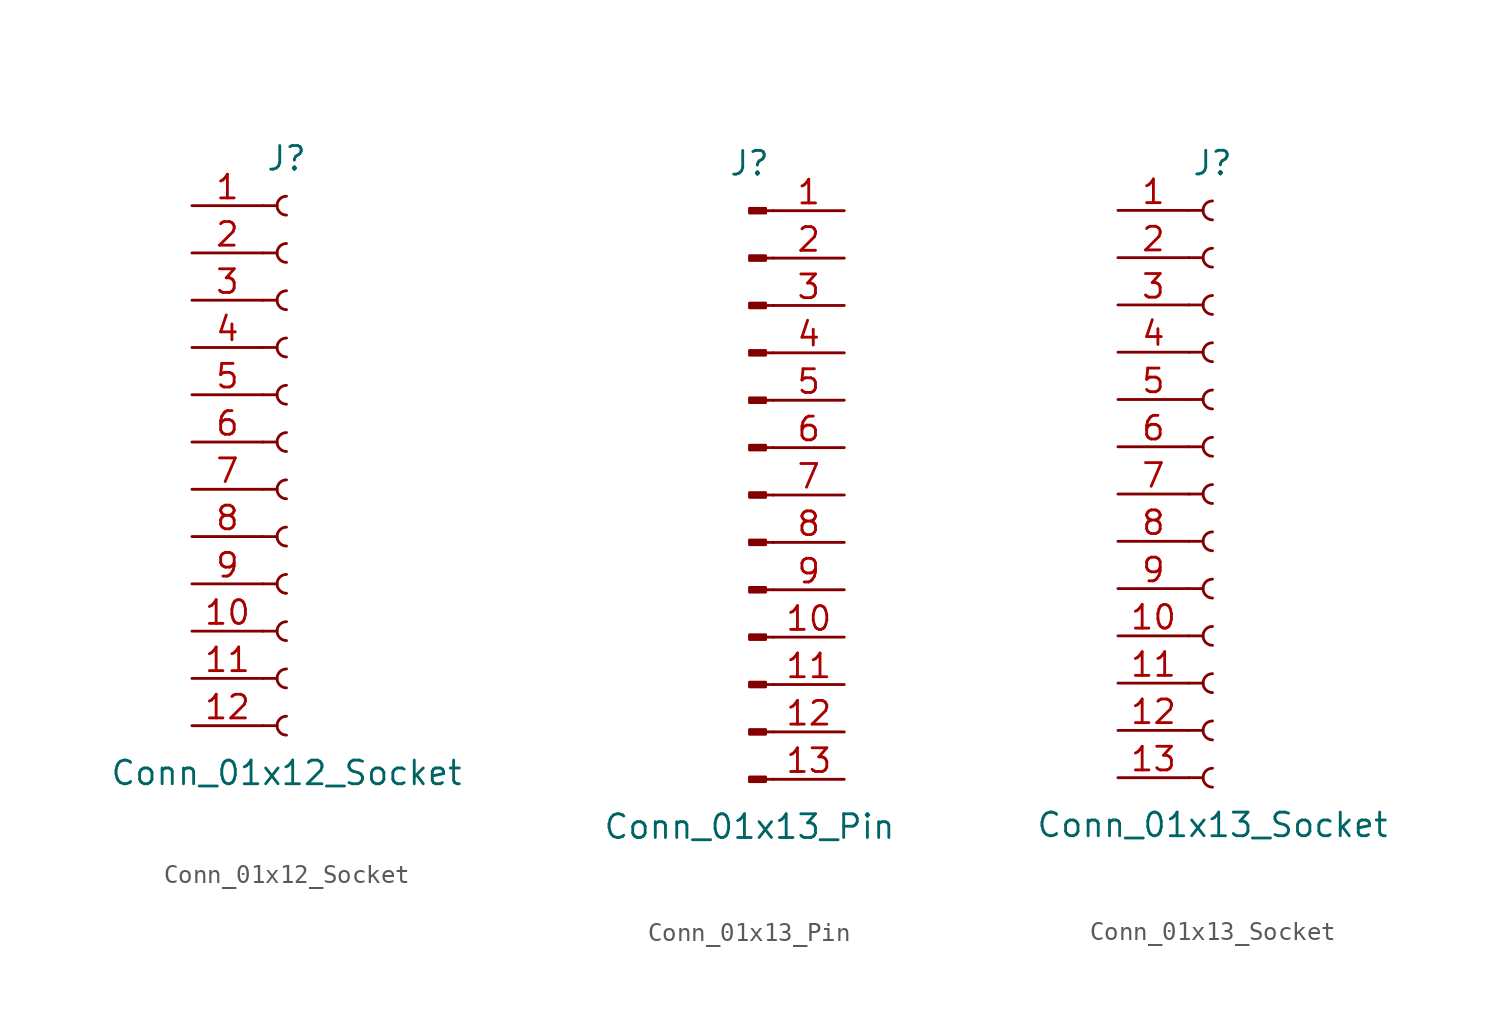
<source format=kicad_sym>
(kicad_symbol_lib
  (version 20241209)
  (generator "kicad_symbol_editor")
  (generator_version "9.0")
  (symbol "Conn_01x12_Socket"
    (pin_names
      (offset 1.016)
      (hide yes))
    (property "Reference" "J"
      (at 0 15.24 0)
      (effects (font (size 1.27 1.27))))
    (property "Value" "Conn_01x12_Socket"
      (at 0 -17.78 0)
      (effects (font (size 1.27 1.27))))
    (property "ki_locked" ""
      (at 0 0 0)
      (effects (font (size 1.27 1.27))))
    (symbol "Conn_01x12_Socket_1_1"
      (polyline (pts (xy -1.27 12.7) (xy -0.508 12.7)) (stroke (width 0.152) (type default)) (fill (type none)))
      (polyline (pts (xy -1.27 10.16) (xy -0.508 10.16)) (stroke (width 0.152) (type default)) (fill (type none)))
      (polyline (pts (xy -1.27 7.62) (xy -0.508 7.62)) (stroke (width 0.152) (type default)) (fill (type none)))
      (polyline (pts (xy -1.27 5.08) (xy -0.508 5.08)) (stroke (width 0.152) (type default)) (fill (type none)))
      (polyline (pts (xy -1.27 2.54) (xy -0.508 2.54)) (stroke (width 0.152) (type default)) (fill (type none)))
      (polyline (pts (xy -1.27 0) (xy -0.508 0)) (stroke (width 0.152) (type default)) (fill (type none)))
      (polyline (pts (xy -1.27 -2.54) (xy -0.508 -2.54)) (stroke (width 0.152) (type default)) (fill (type none)))
      (polyline (pts (xy -1.27 -5.08) (xy -0.508 -5.08)) (stroke (width 0.152) (type default)) (fill (type none)))
      (polyline (pts (xy -1.27 -7.62) (xy -0.508 -7.62)) (stroke (width 0.152) (type default)) (fill (type none)))
      (polyline (pts (xy -1.27 -10.16) (xy -0.508 -10.16)) (stroke (width 0.152) (type default)) (fill (type none)))
      (polyline (pts (xy -1.27 -12.7) (xy -0.508 -12.7)) (stroke (width 0.152) (type default)) (fill (type none)))
      (polyline (pts (xy -1.27 -15.24) (xy -0.508 -15.24)) (stroke (width 0.152) (type default)) (fill (type none)))
      (arc (start 0 12.192) (mid -0.5058 12.7) (end 0 13.208) (stroke (width 0.1524) (type default)) (fill (type none)))
      (arc (start 0 9.652) (mid -0.5058 10.16) (end 0 10.668) (stroke (width 0.1524) (type default)) (fill (type none)))
      (arc (start 0 7.112) (mid -0.5058 7.62) (end 0 8.128) (stroke (width 0.1524) (type default)) (fill (type none)))
      (arc (start 0 4.572) (mid -0.5058 5.08) (end 0 5.588) (stroke (width 0.1524) (type default)) (fill (type none)))
      (arc (start 0 2.032) (mid -0.5058 2.54) (end 0 3.048) (stroke (width 0.1524) (type default)) (fill (type none)))
      (arc (start 0 -0.508) (mid -0.5058 0) (end 0 0.508) (stroke (width 0.1524) (type default)) (fill (type none)))
      (arc (start 0 -3.048) (mid -0.5058 -2.54) (end 0 -2.032) (stroke (width 0.1524) (type default)) (fill (type none)))
      (arc (start 0 -5.588) (mid -0.5058 -5.08) (end 0 -4.572) (stroke (width 0.1524) (type default)) (fill (type none)))
      (arc (start 0 -8.128) (mid -0.5058 -7.62) (end 0 -7.112) (stroke (width 0.1524) (type default)) (fill (type none)))
      (arc (start 0 -10.668) (mid -0.5058 -10.16) (end 0 -9.652) (stroke (width 0.1524) (type default)) (fill (type none)))
      (arc (start 0 -13.208) (mid -0.5058 -12.7) (end 0 -12.192) (stroke (width 0.1524) (type default)) (fill (type none)))
      (arc (start 0 -15.748) (mid -0.5058 -15.24) (end 0 -14.732) (stroke (width 0.1524) (type default)) (fill (type none)))
      (pin passive line (at -5.08 12.7 0) (length 3.81) (name "Pin_1" (effects (font (size 1.27 1.27)))) (number "1" (effects (font (size 1.27 1.27)))))
      (pin passive line (at -5.08 10.16 0) (length 3.81) (name "Pin_2" (effects (font (size 1.27 1.27)))) (number "2" (effects (font (size 1.27 1.27)))))
      (pin passive line (at -5.08 7.62 0) (length 3.81) (name "Pin_3" (effects (font (size 1.27 1.27)))) (number "3" (effects (font (size 1.27 1.27)))))
      (pin passive line (at -5.08 5.08 0) (length 3.81) (name "Pin_4" (effects (font (size 1.27 1.27)))) (number "4" (effects (font (size 1.27 1.27)))))
      (pin passive line (at -5.08 2.54 0) (length 3.81) (name "Pin_5" (effects (font (size 1.27 1.27)))) (number "5" (effects (font (size 1.27 1.27)))))
      (pin passive line (at -5.08 0 0) (length 3.81) (name "Pin_6" (effects (font (size 1.27 1.27)))) (number "6" (effects (font (size 1.27 1.27)))))
      (pin passive line (at -5.08 -2.54 0) (length 3.81) (name "Pin_7" (effects (font (size 1.27 1.27)))) (number "7" (effects (font (size 1.27 1.27)))))
      (pin passive line (at -5.08 -5.08 0) (length 3.81) (name "Pin_8" (effects (font (size 1.27 1.27)))) (number "8" (effects (font (size 1.27 1.27)))))
      (pin passive line (at -5.08 -7.62 0) (length 3.81) (name "Pin_9" (effects (font (size 1.27 1.27)))) (number "9" (effects (font (size 1.27 1.27)))))
      (pin passive line (at -5.08 -10.16 0) (length 3.81) (name "Pin_10" (effects (font (size 1.27 1.27)))) (number "10" (effects (font (size 1.27 1.27)))))
      (pin passive line (at -5.08 -12.7 0) (length 3.81) (name "Pin_11" (effects (font (size 1.27 1.27)))) (number "11" (effects (font (size 1.27 1.27)))))
      (pin passive line (at -5.08 -15.24 0) (length 3.81) (name "Pin_12" (effects (font (size 1.27 1.27)))) (number "12" (effects (font (size 1.27 1.27)))))))
  (symbol "Conn_01x13_Pin"
    (pin_names
      (offset 1.016)
      (hide yes))
    (property "Reference" "J"
      (at 0 17.78 0)
      (effects (font (size 1.27 1.27))))
    (property "Value" "Conn_01x13_Pin"
      (at 0 -17.78 0)
      (effects (font (size 1.27 1.27))))
    (property "ki_locked" ""
      (at 0 0 0)
      (effects (font (size 1.27 1.27))))
    (symbol "Conn_01x13_Pin_1_1"
      (rectangle (start 0.864 15.367) (end 0 15.113) (stroke (width 0.152) (type default)) (fill (type outline)))
      (rectangle (start 0.864 12.827) (end 0 12.573) (stroke (width 0.152) (type default)) (fill (type outline)))
      (rectangle (start 0.864 10.287) (end 0 10.033) (stroke (width 0.152) (type default)) (fill (type outline)))
      (rectangle (start 0.864 7.747) (end 0 7.493) (stroke (width 0.152) (type default)) (fill (type outline)))
      (rectangle (start 0.864 5.207) (end 0 4.953) (stroke (width 0.152) (type default)) (fill (type outline)))
      (rectangle (start 0.864 2.667) (end 0 2.413) (stroke (width 0.152) (type default)) (fill (type outline)))
      (rectangle (start 0.864 0.127) (end 0 -0.127) (stroke (width 0.152) (type default)) (fill (type outline)))
      (rectangle (start 0.864 -2.413) (end 0 -2.667) (stroke (width 0.152) (type default)) (fill (type outline)))
      (rectangle (start 0.864 -4.953) (end 0 -5.207) (stroke (width 0.152) (type default)) (fill (type outline)))
      (rectangle (start 0.864 -7.493) (end 0 -7.747) (stroke (width 0.152) (type default)) (fill (type outline)))
      (rectangle (start 0.864 -10.033) (end 0 -10.287) (stroke (width 0.152) (type default)) (fill (type outline)))
      (rectangle (start 0.864 -12.573) (end 0 -12.827) (stroke (width 0.152) (type default)) (fill (type outline)))
      (rectangle (start 0.864 -15.113) (end 0 -15.367) (stroke (width 0.152) (type default)) (fill (type outline)))
      (polyline (pts (xy 1.27 15.24) (xy 0.864 15.24)) (stroke (width 0.152) (type default)) (fill (type none)))
      (polyline (pts (xy 1.27 12.7) (xy 0.864 12.7)) (stroke (width 0.152) (type default)) (fill (type none)))
      (polyline (pts (xy 1.27 10.16) (xy 0.864 10.16)) (stroke (width 0.152) (type default)) (fill (type none)))
      (polyline (pts (xy 1.27 7.62) (xy 0.864 7.62)) (stroke (width 0.152) (type default)) (fill (type none)))
      (polyline (pts (xy 1.27 5.08) (xy 0.864 5.08)) (stroke (width 0.152) (type default)) (fill (type none)))
      (polyline (pts (xy 1.27 2.54) (xy 0.864 2.54)) (stroke (width 0.152) (type default)) (fill (type none)))
      (polyline (pts (xy 1.27 0) (xy 0.864 0)) (stroke (width 0.152) (type default)) (fill (type none)))
      (polyline (pts (xy 1.27 -2.54) (xy 0.864 -2.54)) (stroke (width 0.152) (type default)) (fill (type none)))
      (polyline (pts (xy 1.27 -5.08) (xy 0.864 -5.08)) (stroke (width 0.152) (type default)) (fill (type none)))
      (polyline (pts (xy 1.27 -7.62) (xy 0.864 -7.62)) (stroke (width 0.152) (type default)) (fill (type none)))
      (polyline (pts (xy 1.27 -10.16) (xy 0.864 -10.16)) (stroke (width 0.152) (type default)) (fill (type none)))
      (polyline (pts (xy 1.27 -12.7) (xy 0.864 -12.7)) (stroke (width 0.152) (type default)) (fill (type none)))
      (polyline (pts (xy 1.27 -15.24) (xy 0.864 -15.24)) (stroke (width 0.152) (type default)) (fill (type none)))
      (pin passive line (at 5.08 15.24 180) (length 3.81) (name "Pin_1" (effects (font (size 1.27 1.27)))) (number "1" (effects (font (size 1.27 1.27)))))
      (pin passive line (at 5.08 12.7 180) (length 3.81) (name "Pin_2" (effects (font (size 1.27 1.27)))) (number "2" (effects (font (size 1.27 1.27)))))
      (pin passive line (at 5.08 10.16 180) (length 3.81) (name "Pin_3" (effects (font (size 1.27 1.27)))) (number "3" (effects (font (size 1.27 1.27)))))
      (pin passive line (at 5.08 7.62 180) (length 3.81) (name "Pin_4" (effects (font (size 1.27 1.27)))) (number "4" (effects (font (size 1.27 1.27)))))
      (pin passive line (at 5.08 5.08 180) (length 3.81) (name "Pin_5" (effects (font (size 1.27 1.27)))) (number "5" (effects (font (size 1.27 1.27)))))
      (pin passive line (at 5.08 2.54 180) (length 3.81) (name "Pin_6" (effects (font (size 1.27 1.27)))) (number "6" (effects (font (size 1.27 1.27)))))
      (pin passive line (at 5.08 0 180) (length 3.81) (name "Pin_7" (effects (font (size 1.27 1.27)))) (number "7" (effects (font (size 1.27 1.27)))))
      (pin passive line (at 5.08 -2.54 180) (length 3.81) (name "Pin_8" (effects (font (size 1.27 1.27)))) (number "8" (effects (font (size 1.27 1.27)))))
      (pin passive line (at 5.08 -5.08 180) (length 3.81) (name "Pin_9" (effects (font (size 1.27 1.27)))) (number "9" (effects (font (size 1.27 1.27)))))
      (pin passive line (at 5.08 -7.62 180) (length 3.81) (name "Pin_10" (effects (font (size 1.27 1.27)))) (number "10" (effects (font (size 1.27 1.27)))))
      (pin passive line (at 5.08 -10.16 180) (length 3.81) (name "Pin_11" (effects (font (size 1.27 1.27)))) (number "11" (effects (font (size 1.27 1.27)))))
      (pin passive line (at 5.08 -12.7 180) (length 3.81) (name "Pin_12" (effects (font (size 1.27 1.27)))) (number "12" (effects (font (size 1.27 1.27)))))
      (pin passive line (at 5.08 -15.24 180) (length 3.81) (name "Pin_13" (effects (font (size 1.27 1.27)))) (number "13" (effects (font (size 1.27 1.27)))))))
  (symbol "Conn_01x13_Socket"
    (pin_names
      (offset 1.016)
      (hide yes))
    (property "Reference" "J"
      (at 0 17.78 0)
      (effects (font (size 1.27 1.27))))
    (property "Value" "Conn_01x13_Socket"
      (at 0 -17.78 0)
      (effects (font (size 1.27 1.27))))
    (property "ki_locked" ""
      (at 0 0 0)
      (effects (font (size 1.27 1.27))))
    (symbol "Conn_01x13_Socket_1_1"
      (polyline (pts (xy -1.27 15.24) (xy -0.508 15.24)) (stroke (width 0.152) (type default)) (fill (type none)))
      (polyline (pts (xy -1.27 12.7) (xy -0.508 12.7)) (stroke (width 0.152) (type default)) (fill (type none)))
      (polyline (pts (xy -1.27 10.16) (xy -0.508 10.16)) (stroke (width 0.152) (type default)) (fill (type none)))
      (polyline (pts (xy -1.27 7.62) (xy -0.508 7.62)) (stroke (width 0.152) (type default)) (fill (type none)))
      (polyline (pts (xy -1.27 5.08) (xy -0.508 5.08)) (stroke (width 0.152) (type default)) (fill (type none)))
      (polyline (pts (xy -1.27 2.54) (xy -0.508 2.54)) (stroke (width 0.152) (type default)) (fill (type none)))
      (polyline (pts (xy -1.27 0) (xy -0.508 0)) (stroke (width 0.152) (type default)) (fill (type none)))
      (polyline (pts (xy -1.27 -2.54) (xy -0.508 -2.54)) (stroke (width 0.152) (type default)) (fill (type none)))
      (polyline (pts (xy -1.27 -5.08) (xy -0.508 -5.08)) (stroke (width 0.152) (type default)) (fill (type none)))
      (polyline (pts (xy -1.27 -7.62) (xy -0.508 -7.62)) (stroke (width 0.152) (type default)) (fill (type none)))
      (polyline (pts (xy -1.27 -10.16) (xy -0.508 -10.16)) (stroke (width 0.152) (type default)) (fill (type none)))
      (polyline (pts (xy -1.27 -12.7) (xy -0.508 -12.7)) (stroke (width 0.152) (type default)) (fill (type none)))
      (polyline (pts (xy -1.27 -15.24) (xy -0.508 -15.24)) (stroke (width 0.152) (type default)) (fill (type none)))
      (arc (start 0 14.732) (mid -0.5058 15.24) (end 0 15.748) (stroke (width 0.1524) (type default)) (fill (type none)))
      (arc (start 0 12.192) (mid -0.5058 12.7) (end 0 13.208) (stroke (width 0.1524) (type default)) (fill (type none)))
      (arc (start 0 9.652) (mid -0.5058 10.16) (end 0 10.668) (stroke (width 0.1524) (type default)) (fill (type none)))
      (arc (start 0 7.112) (mid -0.5058 7.62) (end 0 8.128) (stroke (width 0.1524) (type default)) (fill (type none)))
      (arc (start 0 4.572) (mid -0.5058 5.08) (end 0 5.588) (stroke (width 0.1524) (type default)) (fill (type none)))
      (arc (start 0 2.032) (mid -0.5058 2.54) (end 0 3.048) (stroke (width 0.1524) (type default)) (fill (type none)))
      (arc (start 0 -0.508) (mid -0.5058 0) (end 0 0.508) (stroke (width 0.1524) (type default)) (fill (type none)))
      (arc (start 0 -3.048) (mid -0.5058 -2.54) (end 0 -2.032) (stroke (width 0.1524) (type default)) (fill (type none)))
      (arc (start 0 -5.588) (mid -0.5058 -5.08) (end 0 -4.572) (stroke (width 0.1524) (type default)) (fill (type none)))
      (arc (start 0 -8.128) (mid -0.5058 -7.62) (end 0 -7.112) (stroke (width 0.1524) (type default)) (fill (type none)))
      (arc (start 0 -10.668) (mid -0.5058 -10.16) (end 0 -9.652) (stroke (width 0.1524) (type default)) (fill (type none)))
      (arc (start 0 -13.208) (mid -0.5058 -12.7) (end 0 -12.192) (stroke (width 0.1524) (type default)) (fill (type none)))
      (arc (start 0 -15.748) (mid -0.5058 -15.24) (end 0 -14.732) (stroke (width 0.1524) (type default)) (fill (type none)))
      (pin passive line (at -5.08 15.24 0) (length 3.81) (name "Pin_1" (effects (font (size 1.27 1.27)))) (number "1" (effects (font (size 1.27 1.27)))))
      (pin passive line (at -5.08 12.7 0) (length 3.81) (name "Pin_2" (effects (font (size 1.27 1.27)))) (number "2" (effects (font (size 1.27 1.27)))))
      (pin passive line (at -5.08 10.16 0) (length 3.81) (name "Pin_3" (effects (font (size 1.27 1.27)))) (number "3" (effects (font (size 1.27 1.27)))))
      (pin passive line (at -5.08 7.62 0) (length 3.81) (name "Pin_4" (effects (font (size 1.27 1.27)))) (number "4" (effects (font (size 1.27 1.27)))))
      (pin passive line (at -5.08 5.08 0) (length 3.81) (name "Pin_5" (effects (font (size 1.27 1.27)))) (number "5" (effects (font (size 1.27 1.27)))))
      (pin passive line (at -5.08 2.54 0) (length 3.81) (name "Pin_6" (effects (font (size 1.27 1.27)))) (number "6" (effects (font (size 1.27 1.27)))))
      (pin passive line (at -5.08 0 0) (length 3.81) (name "Pin_7" (effects (font (size 1.27 1.27)))) (number "7" (effects (font (size 1.27 1.27)))))
      (pin passive line (at -5.08 -2.54 0) (length 3.81) (name "Pin_8" (effects (font (size 1.27 1.27)))) (number "8" (effects (font (size 1.27 1.27)))))
      (pin passive line (at -5.08 -5.08 0) (length 3.81) (name "Pin_9" (effects (font (size 1.27 1.27)))) (number "9" (effects (font (size 1.27 1.27)))))
      (pin passive line (at -5.08 -7.62 0) (length 3.81) (name "Pin_10" (effects (font (size 1.27 1.27)))) (number "10" (effects (font (size 1.27 1.27)))))
      (pin passive line (at -5.08 -10.16 0) (length 3.81) (name "Pin_11" (effects (font (size 1.27 1.27)))) (number "11" (effects (font (size 1.27 1.27)))))
      (pin passive line (at -5.08 -12.7 0) (length 3.81) (name "Pin_12" (effects (font (size 1.27 1.27)))) (number "12" (effects (font (size 1.27 1.27)))))
      (pin passive line (at -5.08 -15.24 0) (length 3.81) (name "Pin_13" (effects (font (size 1.27 1.27)))) (number "13" (effects (font (size 1.27 1.27))))))))
</source>
